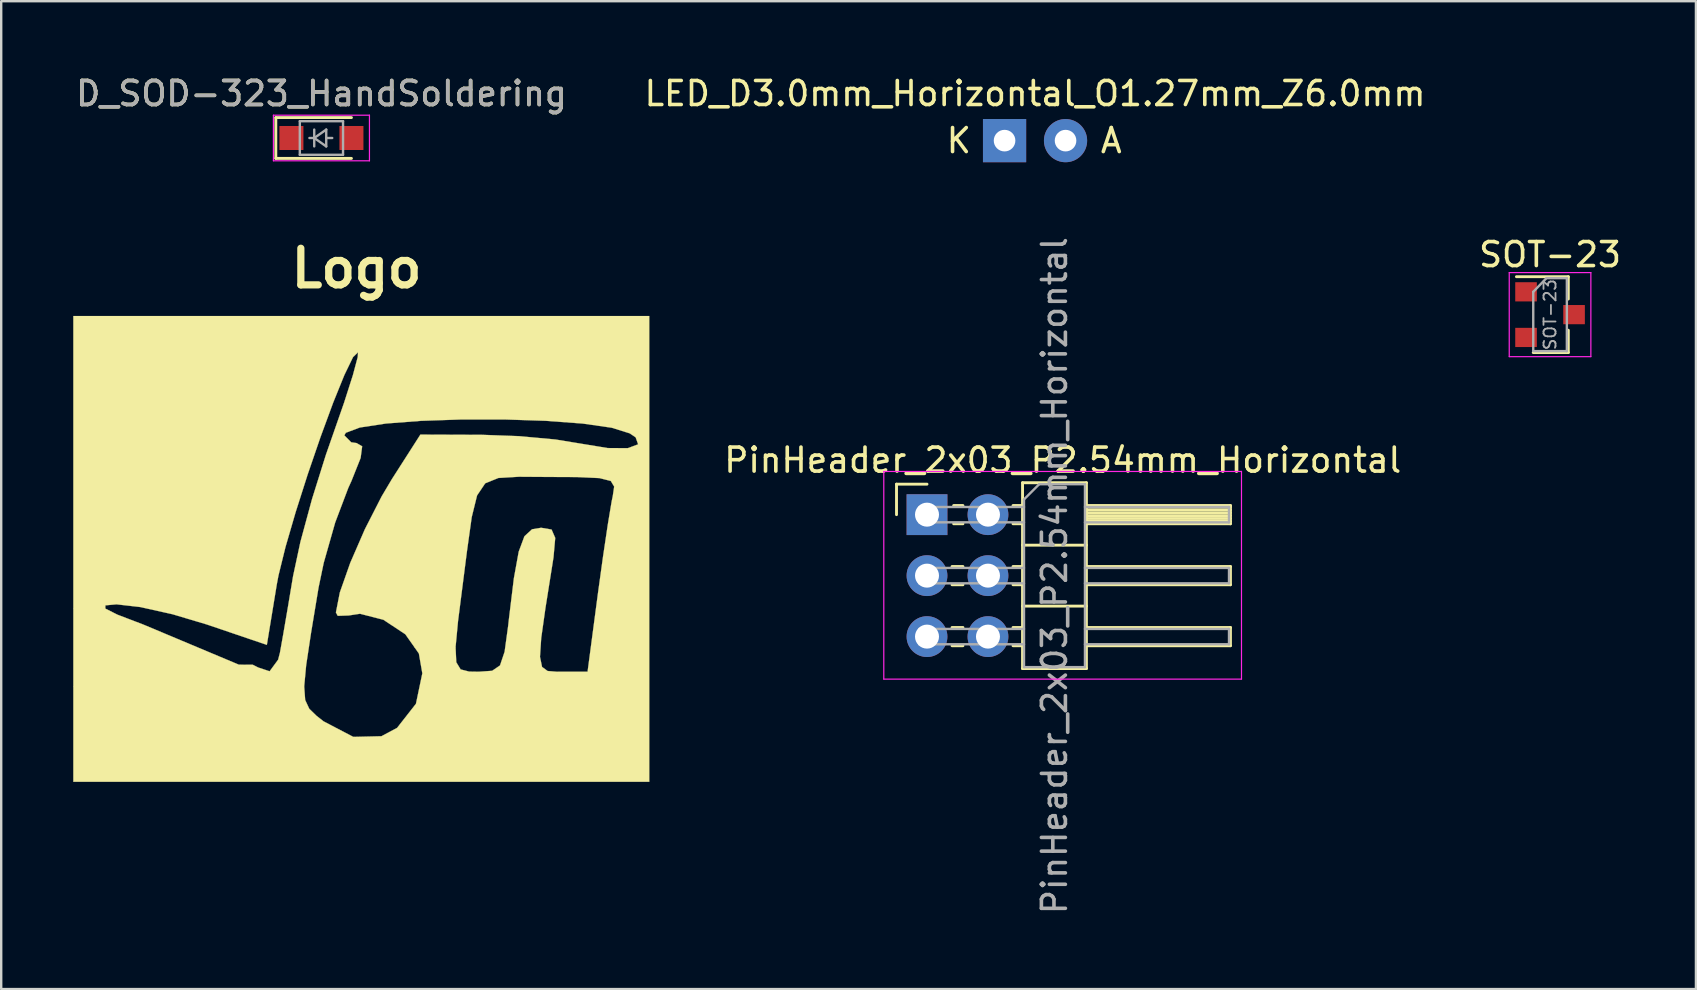
<source format=kicad_pcb>
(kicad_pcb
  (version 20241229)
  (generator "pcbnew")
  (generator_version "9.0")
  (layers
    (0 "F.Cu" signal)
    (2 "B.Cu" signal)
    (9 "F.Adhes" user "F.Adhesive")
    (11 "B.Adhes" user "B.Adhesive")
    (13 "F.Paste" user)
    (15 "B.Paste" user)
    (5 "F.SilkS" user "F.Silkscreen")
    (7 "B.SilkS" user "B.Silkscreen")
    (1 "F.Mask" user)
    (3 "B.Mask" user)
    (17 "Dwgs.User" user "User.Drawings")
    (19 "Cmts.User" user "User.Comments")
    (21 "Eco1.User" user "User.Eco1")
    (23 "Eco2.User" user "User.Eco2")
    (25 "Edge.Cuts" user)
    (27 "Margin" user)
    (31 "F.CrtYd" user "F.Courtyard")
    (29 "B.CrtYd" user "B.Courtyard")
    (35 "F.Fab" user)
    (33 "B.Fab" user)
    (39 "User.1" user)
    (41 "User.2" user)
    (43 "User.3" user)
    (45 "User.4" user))
  (footprint "LED_D3.0mm_Horizontal_O1.27mm_Z6.0mm"
    (layer "F.Cu")
    (at 38.795 2.808)
    (property "Reference" "LED_D3.0mm_Horizontal_O1.27mm_Z6.0mm" (at 1.27 -1.96 0) (layer "F.SilkS") (effects (font (size 1 1) (thickness 0.15))))
    (attr through_hole)
    (fp_line (start 0 0) (end 0 0) (stroke (width 0.1) (type solid)) (layer "F.Fab"))
    (fp_line (start 2.54 0) (end 2.54 0) (stroke (width 0.1) (type solid)) (layer "F.Fab"))
    (fp_text user "A" (at 4.445 0 0) (layer "F.SilkS") (effects (font (size 1 1) (thickness 0.15))))
    (fp_text user "K" (at -1.905 0 0) (layer "F.SilkS") (effects (font (size 1 1) (thickness 0.15))))
    (pad "1" thru_hole rect (at 0 0) (size 1.8 1.8) (drill 0.9) (layers "*.Cu" "*.Mask"))
    (pad "2" thru_hole circle (at 2.54 0) (size 1.8 1.8) (drill 0.9) (layers "*.Cu" "*.Mask")))
  (footprint "Logo"
    (layer "F.Cu")
    (at 11.804 8.126)
    (property "Reference" "Logo" (at 0 0 0) (layer "F.SilkS") (effects (font (size 1.524 1.524) (thickness 0.3))))
    (attr through_hole)
    (fp_poly (pts (xy 12.19 21.391) (xy -11.799 21.391) (xy -11.799 17.418) (xy -2.183 17.418) (xy -2.142 17.981) (xy -1.972 18.347) (xy -1.669 18.641) (xy -1.376 18.871) (xy -0.137 19.519) (xy 1.036 19.491) (xy 1.686 19.143) (xy 2.472 18.14) (xy 2.738 16.871) (xy 2.594 16.046) (xy 2.407 15.78) (xy 4.123 15.78) (xy 4.152 16.409) (xy 4.333 16.708) (xy 4.688 16.799) (xy 5.089 16.805) (xy 5.645 16.766) (xy 5.973 16.543) (xy 6.165 15.973) (xy 6.313 14.895) (xy 6.346 14.6) (xy 6.552 12.908) (xy 6.753 11.802) (xy 6.991 11.162) (xy 7.307 10.871) (xy 7.688 10.808) (xy 8.122 10.882) (xy 8.274 11.23) (xy 8.202 12.039) (xy 8.16 12.307) (xy 7.867 14.148) (xy 7.69 15.403) (xy 7.639 16.184) (xy 7.725 16.604) (xy 7.956 16.774) (xy 8.344 16.806) (xy 8.565 16.805) (xy 9.621 16.805) (xy 10.053 13.542) (xy 10.265 12.008) (xy 10.465 10.667) (xy 10.622 9.724) (xy 10.671 9.485) (xy 10.729 9.093) (xy 10.588 8.858) (xy 10.115 8.739) (xy 9.177 8.696) (xy 8.002 8.691) (xy 6.758 8.683) (xy 5.907 8.734) (xy 5.358 8.956) (xy 5.018 9.462) (xy 4.796 10.363) (xy 4.599 11.771) (xy 4.437 13.038) (xy 4.225 14.698) (xy 4.123 15.78) (xy 2.407 15.78) (xy 2.029 15.244) (xy 1.116 14.64) (xy 0.141 14.39) (xy -0.327 14.461) (xy -0.785 14.477) (xy -0.862 14.337) (xy -0.698 13.501) (xy -0.266 12.273) (xy 0.345 10.868) (xy 1.043 9.501) (xy 1.468 8.785) (xy 2.657 6.927) (xy 5.219 6.936) (xy 6.769 6.992) (xy 8.284 7.131) (xy 9.339 7.304) (xy 10.467 7.489) (xy 11.303 7.49) (xy 11.727 7.332) (xy 11.623 7.04) (xy 11.377 6.875) (xy 10.627 6.641) (xy 9.413 6.467) (xy 7.873 6.353) (xy 6.145 6.296) (xy 4.368 6.297) (xy 2.682 6.354) (xy 1.224 6.466) (xy 0.134 6.632) (xy -0.449 6.851) (xy -0.51 6.959) (xy -0.225 7.247) (xy 0.000011 7.28) (xy 0.232 7.415) (xy 0.168 7.9) (xy -0.212 8.853) (xy -0.349 9.155) (xy -0.892 10.589) (xy -1.369 12.267) (xy -1.585 13.3) (xy -1.9 15.203) (xy -2.101 16.534) (xy -2.183 17.418) (xy -11.799 17.418) (xy -11.799 14.173) (xy -10.468 14.173) (xy -9.962 14.428) (xy -8.884 14.84) (xy -3.858 16.95) (xy -5.08 17.78) (xy -5.08 16.51) (xy -4.325 16.514) (xy -4.095 16.63) (xy -3.623 16.786) (xy -3.269 16.304) (xy -3.193 16.011) (xy -3.059 15.261) (xy -2.856 14.079) (xy -2.646 12.823) (xy -2.34 11.394) (xy -1.856 9.61) (xy -1.28 7.772) (xy -1.023 7.036) (xy -0.525 5.609) (xy -0.154 4.449) (xy 0.046 3.7) (xy 0.06 3.499) (xy -0.148 3.699) (xy -0.508 4.442) (xy -0.975 5.594) (xy -1.5 7.02) (xy -2.038 8.587) (xy -2.54 10.16) (xy -2.961 11.606) (xy -3.253 12.79) (xy -3.323 13.159) (xy -3.738 15.686) (xy -6.243 14.835) (xy -7.668 14.41) (xy -9.014 14.11) (xy -9.994 13.998) (xy -10.008 13.998) (xy -10.464 14.04) (xy -10.468 14.173) (xy -11.799 14.173) (xy -11.799 1.988) (xy 12.19 1.988) (xy 12.19 21.391)) (stroke (width 0.01) (type solid)) (fill yes) (layer "F.SilkS")))
  (footprint "D_SOD-323_HandSoldering"
    (layer "F.Cu")
    (at 10.339 2.698)
    (property "Reference" "D_SOD-323_HandSoldering" (at 0 -1.85 0) (layer "F.SilkS") (effects (font (size 1 1) (thickness 0.15))))
    (attr smd)
    (fp_line (start -1.9 -0.85) (end -1.9 0.85) (stroke (width 0.12) (type solid)) (layer "F.SilkS"))
    (fp_line (start -1.9 -0.85) (end 1.25 -0.85) (stroke (width 0.12) (type solid)) (layer "F.SilkS"))
    (fp_line (start -1.9 0.85) (end 1.25 0.85) (stroke (width 0.12) (type solid)) (layer "F.SilkS"))
    (fp_line (start -2 -0.95) (end -2 0.95) (stroke (width 0.05) (type solid)) (layer "F.CrtYd"))
    (fp_line (start -2 -0.95) (end 2 -0.95) (stroke (width 0.05) (type solid)) (layer "F.CrtYd"))
    (fp_line (start -2 0.95) (end 2 0.95) (stroke (width 0.05) (type solid)) (layer "F.CrtYd"))
    (fp_line (start 2 -0.95) (end 2 0.95) (stroke (width 0.05) (type solid)) (layer "F.CrtYd"))
    (fp_line (start -0.9 -0.7) (end 0.9 -0.7) (stroke (width 0.1) (type solid)) (layer "F.Fab"))
    (fp_line (start -0.9 0.7) (end -0.9 -0.7) (stroke (width 0.1) (type solid)) (layer "F.Fab"))
    (fp_line (start -0.3 -0.35) (end -0.3 0.35) (stroke (width 0.1) (type solid)) (layer "F.Fab"))
    (fp_line (start -0.3 0) (end -0.5 0) (stroke (width 0.1) (type solid)) (layer "F.Fab"))
    (fp_line (start -0.3 0) (end 0.2 -0.35) (stroke (width 0.1) (type solid)) (layer "F.Fab"))
    (fp_line (start 0.2 -0.35) (end 0.2 0.35) (stroke (width 0.1) (type solid)) (layer "F.Fab"))
    (fp_line (start 0.2 0) (end 0.45 0) (stroke (width 0.1) (type solid)) (layer "F.Fab"))
    (fp_line (start 0.2 0.35) (end -0.3 0) (stroke (width 0.1) (type solid)) (layer "F.Fab"))
    (fp_line (start 0.9 -0.7) (end 0.9 0.7) (stroke (width 0.1) (type solid)) (layer "F.Fab"))
    (fp_line (start 0.9 0.7) (end -0.9 0.7) (stroke (width 0.1) (type solid)) (layer "F.Fab"))
    (fp_text user "${REFERENCE}" (at 0 -1.85 0) (layer "F.Fab") (effects (font (size 1 1) (thickness 0.15))))
    (pad "1" smd rect (at 1.25 0) (size 1 1) (layers "F.Cu" "F.Mask" "F.Paste"))
    (pad "2" smd rect (at -1.25 0) (size 1 1) (layers "F.Cu" "F.Mask" "F.Paste")))
  (footprint "PinHeader_2x03_P2.54mm_Horizontal"
    (layer "F.Cu")
    (at 35.564 18.388)
    (property "Reference" "PinHeader_2x03_P2.54mm_Horizontal" (at 5.655 -2.27 0) (layer "F.SilkS") (effects (font (size 1 1) (thickness 0.15))))
    (attr through_hole)
    (fp_line (start -1.27 -1.27) (end 0 -1.27) (stroke (width 0.12) (type solid)) (layer "F.SilkS"))
    (fp_line (start -1.27 0) (end -1.27 -1.27) (stroke (width 0.12) (type solid)) (layer "F.SilkS"))
    (fp_line (start 1.043 2.16) (end 1.497 2.16) (stroke (width 0.12) (type solid)) (layer "F.SilkS"))
    (fp_line (start 1.043 2.92) (end 1.497 2.92) (stroke (width 0.12) (type solid)) (layer "F.SilkS"))
    (fp_line (start 1.043 4.7) (end 1.497 4.7) (stroke (width 0.12) (type solid)) (layer "F.SilkS"))
    (fp_line (start 1.043 5.46) (end 1.497 5.46) (stroke (width 0.12) (type solid)) (layer "F.SilkS"))
    (fp_line (start 1.11 -0.38) (end 1.497 -0.38) (stroke (width 0.12) (type solid)) (layer "F.SilkS"))
    (fp_line (start 1.11 0.38) (end 1.497 0.38) (stroke (width 0.12) (type solid)) (layer "F.SilkS"))
    (fp_line (start 3.583 -0.38) (end 3.98 -0.38) (stroke (width 0.12) (type solid)) (layer "F.SilkS"))
    (fp_line (start 3.583 0.38) (end 3.98 0.38) (stroke (width 0.12) (type solid)) (layer "F.SilkS"))
    (fp_line (start 3.583 2.16) (end 3.98 2.16) (stroke (width 0.12) (type solid)) (layer "F.SilkS"))
    (fp_line (start 3.583 2.92) (end 3.98 2.92) (stroke (width 0.12) (type solid)) (layer "F.SilkS"))
    (fp_line (start 3.583 4.7) (end 3.98 4.7) (stroke (width 0.12) (type solid)) (layer "F.SilkS"))
    (fp_line (start 3.583 5.46) (end 3.98 5.46) (stroke (width 0.12) (type solid)) (layer "F.SilkS"))
    (fp_line (start 3.98 -1.33) (end 3.98 6.41) (stroke (width 0.12) (type solid)) (layer "F.SilkS"))
    (fp_line (start 3.98 1.27) (end 6.64 1.27) (stroke (width 0.12) (type solid)) (layer "F.SilkS"))
    (fp_line (start 3.98 3.81) (end 6.64 3.81) (stroke (width 0.12) (type solid)) (layer "F.SilkS"))
    (fp_line (start 3.98 6.41) (end 6.64 6.41) (stroke (width 0.12) (type solid)) (layer "F.SilkS"))
    (fp_line (start 6.64 -1.33) (end 3.98 -1.33) (stroke (width 0.12) (type solid)) (layer "F.SilkS"))
    (fp_line (start 6.64 -0.38) (end 12.64 -0.38) (stroke (width 0.12) (type solid)) (layer "F.SilkS"))
    (fp_line (start 6.64 -0.32) (end 12.64 -0.32) (stroke (width 0.12) (type solid)) (layer "F.SilkS"))
    (fp_line (start 6.64 -0.2) (end 12.64 -0.2) (stroke (width 0.12) (type solid)) (layer "F.SilkS"))
    (fp_line (start 6.64 -0.08) (end 12.64 -0.08) (stroke (width 0.12) (type solid)) (layer "F.SilkS"))
    (fp_line (start 6.64 0.04) (end 12.64 0.04) (stroke (width 0.12) (type solid)) (layer "F.SilkS"))
    (fp_line (start 6.64 0.16) (end 12.64 0.16) (stroke (width 0.12) (type solid)) (layer "F.SilkS"))
    (fp_line (start 6.64 0.28) (end 12.64 0.28) (stroke (width 0.12) (type solid)) (layer "F.SilkS"))
    (fp_line (start 6.64 2.16) (end 12.64 2.16) (stroke (width 0.12) (type solid)) (layer "F.SilkS"))
    (fp_line (start 6.64 4.7) (end 12.64 4.7) (stroke (width 0.12) (type solid)) (layer "F.SilkS"))
    (fp_line (start 6.64 6.41) (end 6.64 -1.33) (stroke (width 0.12) (type solid)) (layer "F.SilkS"))
    (fp_line (start 12.64 -0.38) (end 12.64 0.38) (stroke (width 0.12) (type solid)) (layer "F.SilkS"))
    (fp_line (start 12.64 0.38) (end 6.64 0.38) (stroke (width 0.12) (type solid)) (layer "F.SilkS"))
    (fp_line (start 12.64 2.16) (end 12.64 2.92) (stroke (width 0.12) (type solid)) (layer "F.SilkS"))
    (fp_line (start 12.64 2.92) (end 6.64 2.92) (stroke (width 0.12) (type solid)) (layer "F.SilkS"))
    (fp_line (start 12.64 4.7) (end 12.64 5.46) (stroke (width 0.12) (type solid)) (layer "F.SilkS"))
    (fp_line (start 12.64 5.46) (end 6.64 5.46) (stroke (width 0.12) (type solid)) (layer "F.SilkS"))
    (fp_line (start -1.8 -1.8) (end -1.8 6.85) (stroke (width 0.05) (type solid)) (layer "F.CrtYd"))
    (fp_line (start -1.8 6.85) (end 13.1 6.85) (stroke (width 0.05) (type solid)) (layer "F.CrtYd"))
    (fp_line (start 13.1 -1.8) (end -1.8 -1.8) (stroke (width 0.05) (type solid)) (layer "F.CrtYd"))
    (fp_line (start 13.1 6.85) (end 13.1 -1.8) (stroke (width 0.05) (type solid)) (layer "F.CrtYd"))
    (fp_line (start -0.32 -0.32) (end -0.32 0.32) (stroke (width 0.1) (type solid)) (layer "F.Fab"))
    (fp_line (start -0.32 -0.32) (end 4.04 -0.32) (stroke (width 0.1) (type solid)) (layer "F.Fab"))
    (fp_line (start -0.32 0.32) (end 4.04 0.32) (stroke (width 0.1) (type solid)) (layer "F.Fab"))
    (fp_line (start -0.32 2.22) (end -0.32 2.86) (stroke (width 0.1) (type solid)) (layer "F.Fab"))
    (fp_line (start -0.32 2.22) (end 4.04 2.22) (stroke (width 0.1) (type solid)) (layer "F.Fab"))
    (fp_line (start -0.32 2.86) (end 4.04 2.86) (stroke (width 0.1) (type solid)) (layer "F.Fab"))
    (fp_line (start -0.32 4.76) (end -0.32 5.4) (stroke (width 0.1) (type solid)) (layer "F.Fab"))
    (fp_line (start -0.32 4.76) (end 4.04 4.76) (stroke (width 0.1) (type solid)) (layer "F.Fab"))
    (fp_line (start -0.32 5.4) (end 4.04 5.4) (stroke (width 0.1) (type solid)) (layer "F.Fab"))
    (fp_line (start 4.04 -0.635) (end 4.675 -1.27) (stroke (width 0.1) (type solid)) (layer "F.Fab"))
    (fp_line (start 4.04 6.35) (end 4.04 -0.635) (stroke (width 0.1) (type solid)) (layer "F.Fab"))
    (fp_line (start 4.675 -1.27) (end 6.58 -1.27) (stroke (width 0.1) (type solid)) (layer "F.Fab"))
    (fp_line (start 6.58 -1.27) (end 6.58 6.35) (stroke (width 0.1) (type solid)) (layer "F.Fab"))
    (fp_line (start 6.58 -0.32) (end 12.58 -0.32) (stroke (width 0.1) (type solid)) (layer "F.Fab"))
    (fp_line (start 6.58 0.32) (end 12.58 0.32) (stroke (width 0.1) (type solid)) (layer "F.Fab"))
    (fp_line (start 6.58 2.22) (end 12.58 2.22) (stroke (width 0.1) (type solid)) (layer "F.Fab"))
    (fp_line (start 6.58 2.86) (end 12.58 2.86) (stroke (width 0.1) (type solid)) (layer "F.Fab"))
    (fp_line (start 6.58 4.76) (end 12.58 4.76) (stroke (width 0.1) (type solid)) (layer "F.Fab"))
    (fp_line (start 6.58 5.4) (end 12.58 5.4) (stroke (width 0.1) (type solid)) (layer "F.Fab"))
    (fp_line (start 6.58 6.35) (end 4.04 6.35) (stroke (width 0.1) (type solid)) (layer "F.Fab"))
    (fp_line (start 12.58 -0.32) (end 12.58 0.32) (stroke (width 0.1) (type solid)) (layer "F.Fab"))
    (fp_line (start 12.58 2.22) (end 12.58 2.86) (stroke (width 0.1) (type solid)) (layer "F.Fab"))
    (fp_line (start 12.58 4.76) (end 12.58 5.4) (stroke (width 0.1) (type solid)) (layer "F.Fab"))
    (fp_text user "${REFERENCE}" (at 5.31 2.54 90) (layer "F.Fab") (effects (font (size 1 1) (thickness 0.15))))
    (pad "1" thru_hole oval (at 2.54 5.08) (size 1.7 1.7) (drill 1) (layers "*.Cu" "*.Mask"))
    (pad "2" thru_hole oval (at 2.54 2.54) (size 1.7 1.7) (drill 1) (layers "*.Cu" "*.Mask"))
    (pad "3" thru_hole oval (at 2.54 0) (size 1.7 1.7) (drill 1) (layers "*.Cu" "*.Mask"))
    (pad "4" thru_hole rect (at 0 0) (size 1.7 1.7) (drill 1) (layers "*.Cu" "*.Mask"))
    (pad "5" thru_hole oval (at 0 2.54) (size 1.7 1.7) (drill 1) (layers "*.Cu" "*.Mask"))
    (pad "6" thru_hole oval (at 0 5.08) (size 1.7 1.7) (drill 1) (layers "*.Cu" "*.Mask")))
  (footprint "SOT-23"
    (layer "F.Cu")
    (at 61.517 10.056)
    (property "Reference" "SOT-23" (at 0 -2.5 0) (layer "F.SilkS") (effects (font (size 1 1) (thickness 0.15))))
    (attr smd)
    (fp_line (start 0.76 -1.58) (end -1.4 -1.58) (stroke (width 0.12) (type solid)) (layer "F.SilkS"))
    (fp_line (start 0.76 -1.58) (end 0.76 -0.65) (stroke (width 0.12) (type solid)) (layer "F.SilkS"))
    (fp_line (start 0.76 1.58) (end -0.7 1.58) (stroke (width 0.12) (type solid)) (layer "F.SilkS"))
    (fp_line (start 0.76 1.58) (end 0.76 0.65) (stroke (width 0.12) (type solid)) (layer "F.SilkS"))
    (fp_line (start -1.7 -1.75) (end 1.7 -1.75) (stroke (width 0.05) (type solid)) (layer "F.CrtYd"))
    (fp_line (start -1.7 1.75) (end -1.7 -1.75) (stroke (width 0.05) (type solid)) (layer "F.CrtYd"))
    (fp_line (start 1.7 -1.75) (end 1.7 1.75) (stroke (width 0.05) (type solid)) (layer "F.CrtYd"))
    (fp_line (start 1.7 1.75) (end -1.7 1.75) (stroke (width 0.05) (type solid)) (layer "F.CrtYd"))
    (fp_line (start -0.7 -0.95) (end -0.7 1.5) (stroke (width 0.1) (type solid)) (layer "F.Fab"))
    (fp_line (start -0.7 -0.95) (end -0.15 -1.52) (stroke (width 0.1) (type solid)) (layer "F.Fab"))
    (fp_line (start -0.7 1.52) (end 0.7 1.52) (stroke (width 0.1) (type solid)) (layer "F.Fab"))
    (fp_line (start -0.15 -1.52) (end 0.7 -1.52) (stroke (width 0.1) (type solid)) (layer "F.Fab"))
    (fp_line (start 0.7 -1.52) (end 0.7 1.52) (stroke (width 0.1) (type solid)) (layer "F.Fab"))
    (fp_text user "${REFERENCE}" (at 0 0 90) (layer "F.Fab") (effects (font (size 0.5 0.5) (thickness 0.075))))
    (pad "1" smd rect (at -1 -0.95) (size 0.9 0.8) (layers "F.Cu" "F.Mask" "F.Paste"))
    (pad "2" smd rect (at 1 0) (size 0.9 0.8) (layers "F.Cu" "F.Mask" "F.Paste"))
    (pad "3" smd rect (at -1 0.95) (size 0.9 0.8) (layers "F.Cu" "F.Mask" "F.Paste")))
  (gr_rect
    (start -3 -3)
    (end 67.594 38.149)
    (stroke (width 0.1) (type default))
    (fill no)
    (layer "Edge.Cuts")))
</source>
